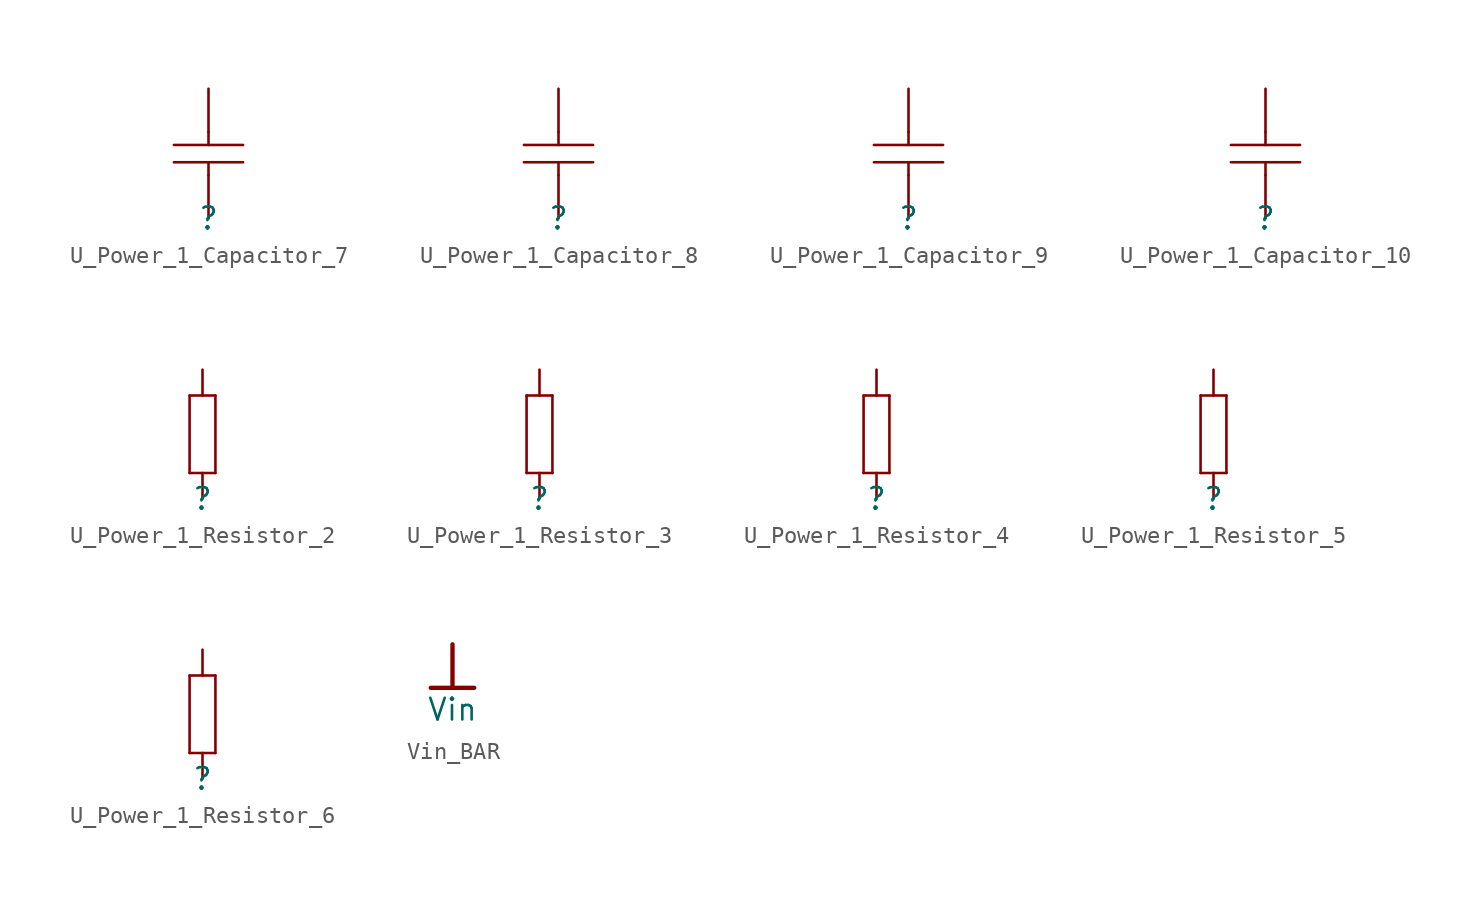
<source format=kicad_sym>
(kicad_symbol_lib
  (version 20241209)
  (generator "kicad_symbol_editor")
  (generator_version "9.0")
  (symbol "U_Power_1_Capacitor_7"
    (pin_numbers
      (hide yes))
    (pin_names
      (hide yes))
    (property "Reference" ""
      (at 0 0 0)
      (effects (font (size 1.27 1.27))))
    (property "Value" ""
      (at 0 0 0)
      (effects (font (size 1.27 1.27))))
    (symbol "U_Power_1_Capacitor_7_1_0"
      (polyline (pts (xy -2.032 4.318) (xy 2.032 4.318)) (stroke (width 0) (type solid)) (fill (type none)))
      (polyline (pts (xy 0 5.08) (xy 0 4.318)) (stroke (width 0) (type solid)) (fill (type none)))
      (polyline (pts (xy 0 2.54) (xy 0 3.302)) (stroke (width 0) (type solid)) (fill (type none)))
      (polyline (pts (xy 2.032 3.302) (xy -2.032 3.302)) (stroke (width 0) (type solid)) (fill (type none)))
      (pin passive line (at 0 7.62 270) (length 2.54) (name "2" (effects (font (size 1.27 1.27)))) (number "2" (effects (font (size 1.27 1.27)))))
      (pin passive line (at 0 0 90) (length 2.54) (name "1" (effects (font (size 1.27 1.27)))) (number "1" (effects (font (size 1.27 1.27)))))))
  (symbol "U_Power_1_Capacitor_8"
    (pin_numbers
      (hide yes))
    (pin_names
      (hide yes))
    (property "Reference" ""
      (at 0 0 0)
      (effects (font (size 1.27 1.27))))
    (property "Value" ""
      (at 0 0 0)
      (effects (font (size 1.27 1.27))))
    (symbol "U_Power_1_Capacitor_8_1_0"
      (polyline (pts (xy -2.032 4.318) (xy 2.032 4.318)) (stroke (width 0) (type solid)) (fill (type none)))
      (polyline (pts (xy 0 5.08) (xy 0 4.318)) (stroke (width 0) (type solid)) (fill (type none)))
      (polyline (pts (xy 0 2.54) (xy 0 3.302)) (stroke (width 0) (type solid)) (fill (type none)))
      (polyline (pts (xy 2.032 3.302) (xy -2.032 3.302)) (stroke (width 0) (type solid)) (fill (type none)))
      (pin passive line (at 0 7.62 270) (length 2.54) (name "2" (effects (font (size 1.27 1.27)))) (number "2" (effects (font (size 1.27 1.27)))))
      (pin passive line (at 0 0 90) (length 2.54) (name "1" (effects (font (size 1.27 1.27)))) (number "1" (effects (font (size 1.27 1.27)))))))
  (symbol "U_Power_1_Capacitor_9"
    (pin_numbers
      (hide yes))
    (pin_names
      (hide yes))
    (property "Reference" ""
      (at 0 0 0)
      (effects (font (size 1.27 1.27))))
    (property "Value" ""
      (at 0 0 0)
      (effects (font (size 1.27 1.27))))
    (symbol "U_Power_1_Capacitor_9_1_0"
      (polyline (pts (xy -2.032 4.318) (xy 2.032 4.318)) (stroke (width 0) (type solid)) (fill (type none)))
      (polyline (pts (xy 0 5.08) (xy 0 4.318)) (stroke (width 0) (type solid)) (fill (type none)))
      (polyline (pts (xy 0 2.54) (xy 0 3.302)) (stroke (width 0) (type solid)) (fill (type none)))
      (polyline (pts (xy 2.032 3.302) (xy -2.032 3.302)) (stroke (width 0) (type solid)) (fill (type none)))
      (pin passive line (at 0 7.62 270) (length 2.54) (name "2" (effects (font (size 1.27 1.27)))) (number "2" (effects (font (size 1.27 1.27)))))
      (pin passive line (at 0 0 90) (length 2.54) (name "1" (effects (font (size 1.27 1.27)))) (number "1" (effects (font (size 1.27 1.27)))))))
  (symbol "U_Power_1_Capacitor_10"
    (pin_numbers
      (hide yes))
    (pin_names
      (hide yes))
    (property "Reference" ""
      (at 0 0 0)
      (effects (font (size 1.27 1.27))))
    (property "Value" ""
      (at 0 0 0)
      (effects (font (size 1.27 1.27))))
    (symbol "U_Power_1_Capacitor_10_1_0"
      (polyline (pts (xy -2.032 4.318) (xy 2.032 4.318)) (stroke (width 0) (type solid)) (fill (type none)))
      (polyline (pts (xy 0 5.08) (xy 0 4.318)) (stroke (width 0) (type solid)) (fill (type none)))
      (polyline (pts (xy 0 2.54) (xy 0 3.302)) (stroke (width 0) (type solid)) (fill (type none)))
      (polyline (pts (xy 2.032 3.302) (xy -2.032 3.302)) (stroke (width 0) (type solid)) (fill (type none)))
      (pin passive line (at 0 7.62 270) (length 2.54) (name "2" (effects (font (size 1.27 1.27)))) (number "2" (effects (font (size 1.27 1.27)))))
      (pin passive line (at 0 0 90) (length 2.54) (name "1" (effects (font (size 1.27 1.27)))) (number "1" (effects (font (size 1.27 1.27)))))))
  (symbol "U_Power_1_Resistor_2"
    (pin_numbers
      (hide yes))
    (pin_names
      (hide yes))
    (property "Reference" ""
      (at 0 0 0)
      (effects (font (size 1.27 1.27))))
    (property "Value" ""
      (at 0 0 0)
      (effects (font (size 1.27 1.27))))
    (symbol "U_Power_1_Resistor_2_1_0"
      (polyline (pts (xy -0.762 6.096) (xy -0.762 1.524)) (stroke (width 0) (type solid)) (fill (type none)))
      (polyline (pts (xy -0.762 1.524) (xy 0.762 1.524)) (stroke (width 0) (type solid)) (fill (type none)))
      (polyline (pts (xy 0.762 6.096) (xy -0.762 6.096)) (stroke (width 0) (type solid)) (fill (type none)))
      (polyline (pts (xy 0.762 1.524) (xy 0.762 6.096)) (stroke (width 0) (type solid)) (fill (type none)))
      (pin passive line (at 0 7.62 270) (length 1.524) (name "2" (effects (font (size 1.27 1.27)))) (number "2" (effects (font (size 1.27 1.27)))))
      (pin passive line (at 0 0 90) (length 1.524) (name "1" (effects (font (size 1.27 1.27)))) (number "1" (effects (font (size 1.27 1.27)))))))
  (symbol "U_Power_1_Resistor_3"
    (pin_numbers
      (hide yes))
    (pin_names
      (hide yes))
    (property "Reference" ""
      (at 0 0 0)
      (effects (font (size 1.27 1.27))))
    (property "Value" ""
      (at 0 0 0)
      (effects (font (size 1.27 1.27))))
    (symbol "U_Power_1_Resistor_3_1_0"
      (polyline (pts (xy -0.762 6.096) (xy -0.762 1.524)) (stroke (width 0) (type solid)) (fill (type none)))
      (polyline (pts (xy -0.762 1.524) (xy 0.762 1.524)) (stroke (width 0) (type solid)) (fill (type none)))
      (polyline (pts (xy 0.762 6.096) (xy -0.762 6.096)) (stroke (width 0) (type solid)) (fill (type none)))
      (polyline (pts (xy 0.762 1.524) (xy 0.762 6.096)) (stroke (width 0) (type solid)) (fill (type none)))
      (pin passive line (at 0 7.62 270) (length 1.524) (name "2" (effects (font (size 1.27 1.27)))) (number "2" (effects (font (size 1.27 1.27)))))
      (pin passive line (at 0 0 90) (length 1.524) (name "1" (effects (font (size 1.27 1.27)))) (number "1" (effects (font (size 1.27 1.27)))))))
  (symbol "U_Power_1_Resistor_4"
    (pin_numbers
      (hide yes))
    (pin_names
      (hide yes))
    (property "Reference" ""
      (at 0 0 0)
      (effects (font (size 1.27 1.27))))
    (property "Value" ""
      (at 0 0 0)
      (effects (font (size 1.27 1.27))))
    (symbol "U_Power_1_Resistor_4_1_0"
      (polyline (pts (xy -0.762 6.096) (xy -0.762 1.524)) (stroke (width 0) (type solid)) (fill (type none)))
      (polyline (pts (xy -0.762 1.524) (xy 0.762 1.524)) (stroke (width 0) (type solid)) (fill (type none)))
      (polyline (pts (xy 0.762 6.096) (xy -0.762 6.096)) (stroke (width 0) (type solid)) (fill (type none)))
      (polyline (pts (xy 0.762 1.524) (xy 0.762 6.096)) (stroke (width 0) (type solid)) (fill (type none)))
      (pin passive line (at 0 7.62 270) (length 1.524) (name "2" (effects (font (size 1.27 1.27)))) (number "2" (effects (font (size 1.27 1.27)))))
      (pin passive line (at 0 0 90) (length 1.524) (name "1" (effects (font (size 1.27 1.27)))) (number "1" (effects (font (size 1.27 1.27)))))))
  (symbol "U_Power_1_Resistor_5"
    (pin_numbers
      (hide yes))
    (pin_names
      (hide yes))
    (property "Reference" ""
      (at 0 0 0)
      (effects (font (size 1.27 1.27))))
    (property "Value" ""
      (at 0 0 0)
      (effects (font (size 1.27 1.27))))
    (symbol "U_Power_1_Resistor_5_1_0"
      (polyline (pts (xy -0.762 6.096) (xy -0.762 1.524)) (stroke (width 0) (type solid)) (fill (type none)))
      (polyline (pts (xy -0.762 1.524) (xy 0.762 1.524)) (stroke (width 0) (type solid)) (fill (type none)))
      (polyline (pts (xy 0.762 6.096) (xy -0.762 6.096)) (stroke (width 0) (type solid)) (fill (type none)))
      (polyline (pts (xy 0.762 1.524) (xy 0.762 6.096)) (stroke (width 0) (type solid)) (fill (type none)))
      (pin passive line (at 0 7.62 270) (length 1.524) (name "2" (effects (font (size 1.27 1.27)))) (number "2" (effects (font (size 1.27 1.27)))))
      (pin passive line (at 0 0 90) (length 1.524) (name "1" (effects (font (size 1.27 1.27)))) (number "1" (effects (font (size 1.27 1.27)))))))
  (symbol "U_Power_1_Resistor_6"
    (pin_numbers
      (hide yes))
    (pin_names
      (hide yes))
    (property "Reference" ""
      (at 0 0 0)
      (effects (font (size 1.27 1.27))))
    (property "Value" ""
      (at 0 0 0)
      (effects (font (size 1.27 1.27))))
    (symbol "U_Power_1_Resistor_6_1_0"
      (polyline (pts (xy -0.762 6.096) (xy -0.762 1.524)) (stroke (width 0) (type solid)) (fill (type none)))
      (polyline (pts (xy -0.762 1.524) (xy 0.762 1.524)) (stroke (width 0) (type solid)) (fill (type none)))
      (polyline (pts (xy 0.762 6.096) (xy -0.762 6.096)) (stroke (width 0) (type solid)) (fill (type none)))
      (polyline (pts (xy 0.762 1.524) (xy 0.762 6.096)) (stroke (width 0) (type solid)) (fill (type none)))
      (pin passive line (at 0 7.62 270) (length 1.524) (name "2" (effects (font (size 1.27 1.27)))) (number "2" (effects (font (size 1.27 1.27)))))
      (pin passive line (at 0 0 90) (length 1.524) (name "1" (effects (font (size 1.27 1.27)))) (number "1" (effects (font (size 1.27 1.27)))))))
  (symbol "Vin_BAR"
    (power)
    (property "Reference" "#PWR"
      (at 0 0 0)
      (effects (font (size 1.27 1.27)) (hide yes)))
    (property "Value" "Vin"
      (at 0 -3.81 0)
      (effects (font (size 1.27 1.27))))
    (symbol "Vin_BAR_0_0"
      (polyline (pts (xy -1.27 -2.54) (xy 1.27 -2.54)) (stroke (width 0.254) (type solid)) (fill (type none)))
      (polyline (pts (xy 0 0) (xy 0 -2.54)) (stroke (width 0.254) (type solid)) (fill (type none)))
      (pin power_in line (at 0 0 0) (length 0) (hide yes) (name "Vin" (effects (font (size 1.27 1.27)))) (number "" (effects (font (size 1.27 1.27))))))))
</source>
